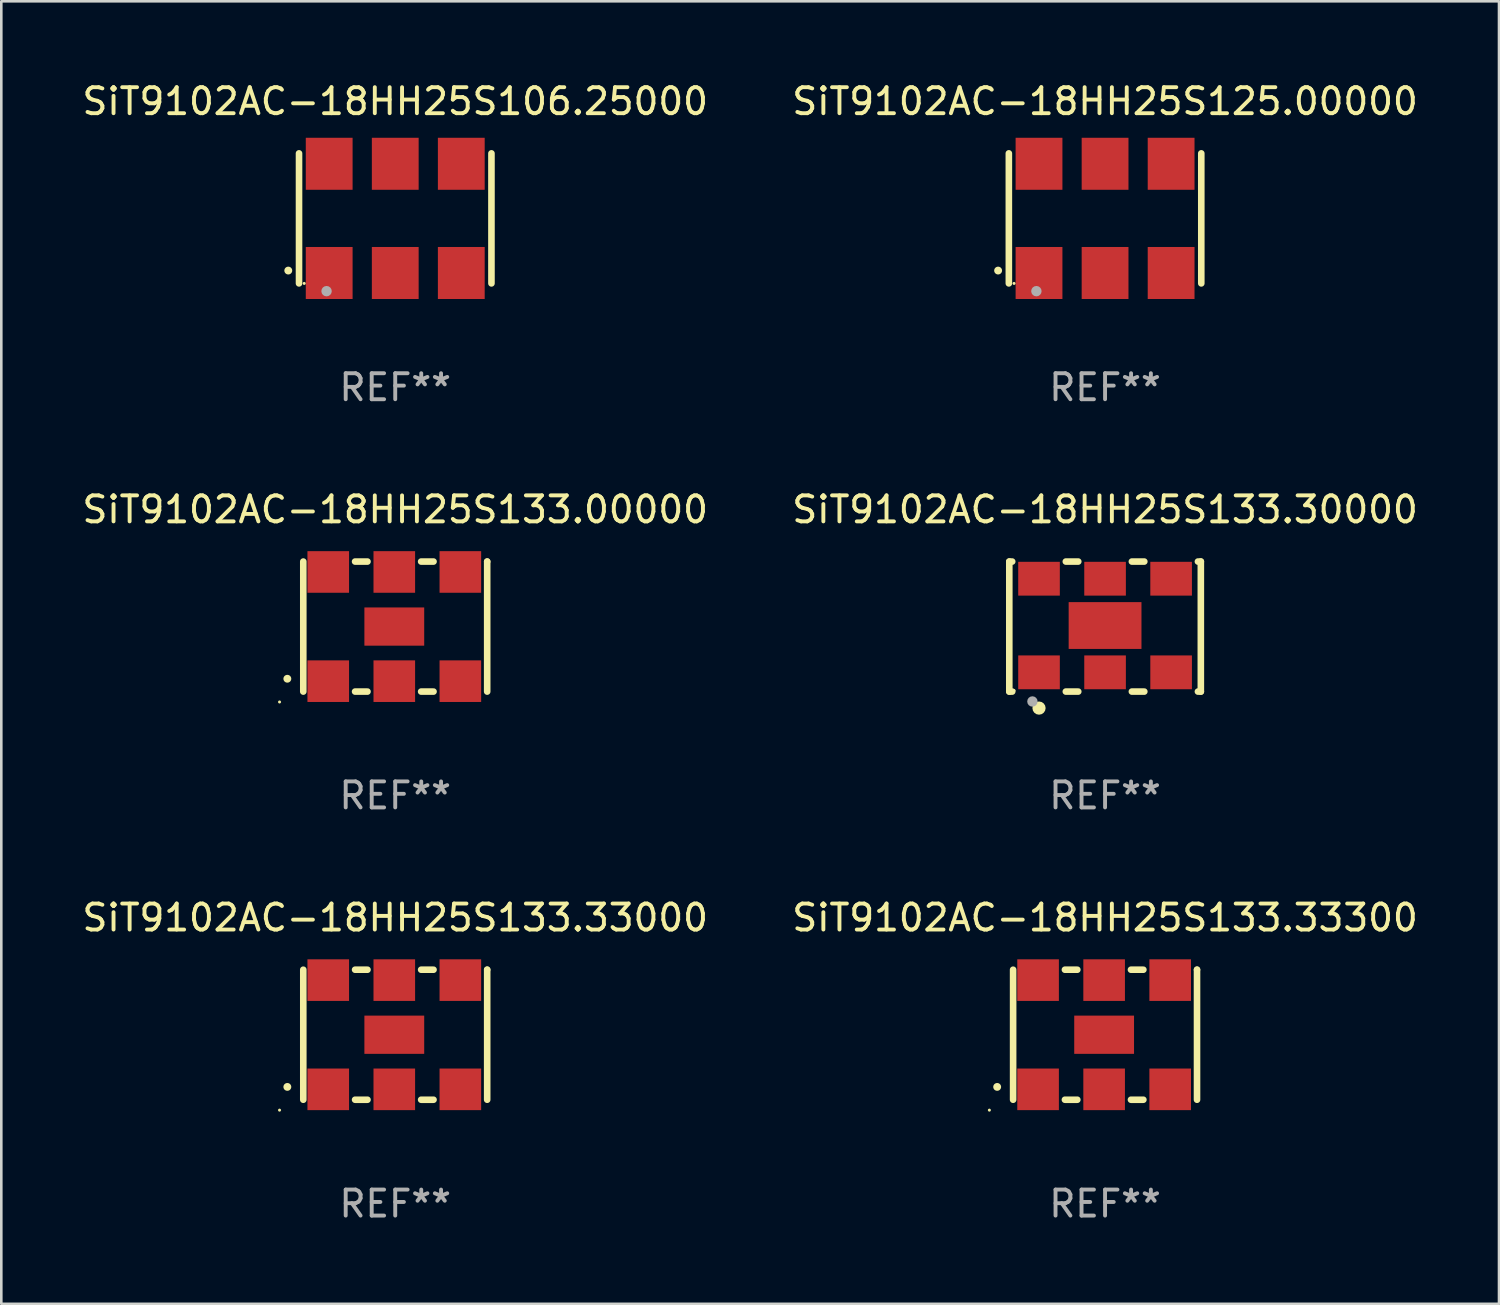
<source format=kicad_pcb>
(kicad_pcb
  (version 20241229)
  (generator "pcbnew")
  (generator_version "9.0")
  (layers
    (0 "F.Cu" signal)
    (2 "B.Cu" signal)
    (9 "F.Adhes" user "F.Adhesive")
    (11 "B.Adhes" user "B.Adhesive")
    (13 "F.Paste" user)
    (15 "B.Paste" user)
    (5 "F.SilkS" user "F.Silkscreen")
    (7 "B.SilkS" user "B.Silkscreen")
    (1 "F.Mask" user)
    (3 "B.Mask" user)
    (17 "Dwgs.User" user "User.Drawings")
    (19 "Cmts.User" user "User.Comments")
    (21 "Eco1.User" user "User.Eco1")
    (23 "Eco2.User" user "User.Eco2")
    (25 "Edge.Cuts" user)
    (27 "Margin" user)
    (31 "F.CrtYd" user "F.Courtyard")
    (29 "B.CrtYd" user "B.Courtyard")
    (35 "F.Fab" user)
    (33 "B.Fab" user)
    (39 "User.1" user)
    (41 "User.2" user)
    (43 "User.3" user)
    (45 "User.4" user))
  (footprint "SiT9102AC-18HH25S133.33300"
    (layer "F.Cu")
    (at 39.446 36.741)
    (property "Reference" "SiT9102AC-18HH25S133.33300" (at 0 -4.5 0) (layer "F.SilkS") (effects (font (size 1 1) (thickness 0.15))))
    (attr through_hole)
    (fp_line (start -3.536 -2.5) (end -3.536 2.5) (stroke (width 0.254) (type solid)) (layer "F.SilkS"))
    (fp_line (start -1.544 2.5) (end -1.067 2.5) (stroke (width 0.254) (type solid)) (layer "F.SilkS"))
    (fp_line (start -1.067 -2.5) (end -1.544 -2.5) (stroke (width 0.254) (type solid)) (layer "F.SilkS"))
    (fp_line (start 0.996 2.5) (end 1.473 2.5) (stroke (width 0.254) (type solid)) (layer "F.SilkS"))
    (fp_line (start 1.473 -2.5) (end 0.996 -2.5) (stroke (width 0.254) (type solid)) (layer "F.SilkS"))
    (fp_line (start 3.536 -2.5) (end 3.536 -2.5) (stroke (width 0.254) (type solid)) (layer "F.SilkS"))
    (fp_line (start 3.536 2.5) (end 3.536 -2.5) (stroke (width 0.254) (type solid)) (layer "F.SilkS"))
    (fp_arc (start -4.150432 2.006604) (mid -4.149162 2.006599) (end -4.147892 2.006604) (stroke (width 0.3) (type solid)) (layer "F.SilkS"))
    (fp_circle (center -4.449 2.9) (end -4.419 2.9) (stroke (width 0.06) (type solid)) (fill no) (layer "F.SilkS"))
    (fp_text user "REF**" (at 0 6.5 0) (layer "F.Fab") (effects (font (size 1 1) (thickness 0.15))))
    (pad "1" smd rect (at -2.576 2.1) (size 1.6 1.6) (layers "F.Cu" "F.Mask" "F.Paste"))
    (pad "2" smd rect (at -0.036 2.1) (size 1.6 1.6) (layers "F.Cu" "F.Mask" "F.Paste"))
    (pad "3" smd rect (at 2.504 2.1) (size 1.6 1.6) (layers "F.Cu" "F.Mask" "F.Paste"))
    (pad "4" smd rect (at 2.504 -2.1) (size 1.6 1.6) (layers "F.Cu" "F.Mask" "F.Paste"))
    (pad "5" smd rect (at -0.036 -2.1) (size 1.6 1.6) (layers "F.Cu" "F.Mask" "F.Paste"))
    (pad "6" smd rect (at -2.576 -2.1) (size 1.6 1.6) (layers "F.Cu" "F.Mask" "F.Paste"))
    (pad "7" smd rect (at -0.036 0) (size 2.3 1.47) (layers "F.Cu" "F.Mask" "F.Paste")))
  (footprint "SiT9102AC-18HH25S133.30000"
    (layer "F.Cu")
    (at 39.446 21.045)
    (property "Reference" "SiT9102AC-18HH25S133.30000" (at 0 -4.5 0) (layer "F.SilkS") (effects (font (size 1 1) (thickness 0.15))))
    (attr through_hole)
    (fp_line (start -3.683 -2.5) (end -3.571 -2.5) (stroke (width 0.254) (type solid)) (layer "F.SilkS"))
    (fp_line (start -3.683 2.5) (end -3.683 -2.5) (stroke (width 0.254) (type solid)) (layer "F.SilkS"))
    (fp_line (start -3.683 2.5) (end -3.571 2.5) (stroke (width 0.254) (type solid)) (layer "F.SilkS"))
    (fp_line (start -1.509 -2.5) (end -1.031 -2.5) (stroke (width 0.254) (type solid)) (layer "F.SilkS"))
    (fp_line (start -1.509 2.5) (end -1.031 2.5) (stroke (width 0.254) (type solid)) (layer "F.SilkS"))
    (fp_line (start 1.031 -2.5) (end 1.509 -2.5) (stroke (width 0.254) (type solid)) (layer "F.SilkS"))
    (fp_line (start 1.031 2.5) (end 1.509 2.5) (stroke (width 0.254) (type solid)) (layer "F.SilkS"))
    (fp_line (start 3.571 -2.5) (end 3.683 -2.5) (stroke (width 0.254) (type solid)) (layer "F.SilkS"))
    (fp_line (start 3.571 2.5) (end 3.683 2.5) (stroke (width 0.254) (type solid)) (layer "F.SilkS"))
    (fp_line (start 3.683 2.5) (end 3.683 -2.5) (stroke (width 0.254) (type solid)) (layer "F.SilkS"))
    (fp_circle (center -3.5 2.46) (end -3.47 2.46) (stroke (width 0.06) (type solid)) (fill no) (layer "F.SilkS"))
    (fp_circle (center -2.54 3.135) (end -2.413 3.135) (stroke (width 0.254) (type solid)) (fill no) (layer "F.SilkS"))
    (fp_circle (center -2.794 2.881) (end -2.694 2.881) (stroke (width 0.2) (type solid)) (fill no) (layer "F.Fab"))
    (fp_text user "REF**" (at 0 6.5 0) (layer "F.Fab") (effects (font (size 1 1) (thickness 0.15))))
    (pad "1" smd rect (at -2.54 1.76) (size 1.6 1.3) (layers "F.Cu" "F.Mask" "F.Paste"))
    (pad "2" smd rect (at 0 1.76) (size 1.6 1.3) (layers "F.Cu" "F.Mask" "F.Paste"))
    (pad "3" smd rect (at 2.54 1.76) (size 1.6 1.3) (layers "F.Cu" "F.Mask" "F.Paste"))
    (pad "4" smd rect (at 2.54 -1.84) (size 1.6 1.3) (layers "F.Cu" "F.Mask" "F.Paste"))
    (pad "5" smd rect (at 0 -1.84) (size 1.6 1.3) (layers "F.Cu" "F.Mask" "F.Paste"))
    (pad "6" smd rect (at -2.54 -1.84) (size 1.6 1.3) (layers "F.Cu" "F.Mask" "F.Paste"))
    (pad "7" smd rect (at 0 -0.04) (size 2.8 1.8) (layers "F.Cu" "F.Mask" "F.Paste")))
  (footprint "SiT9102AC-18HH25S106.25000"
    (layer "F.Cu")
    (at 12.149 5.348)
    (property "Reference" "SiT9102AC-18HH25S106.25000" (at 0 -4.5 0) (layer "F.SilkS") (effects (font (size 1 1) (thickness 0.15))))
    (attr through_hole)
    (fp_line (start -3.7 -2.5) (end -3.7 2.5) (stroke (width 0.254) (type solid)) (layer "F.SilkS"))
    (fp_line (start 3.7 -2.5) (end 3.7 2.5) (stroke (width 0.254) (type solid)) (layer "F.SilkS"))
    (fp_arc (start -4.114415 2.006604) (mid -4.113145 2.006599) (end -4.111875 2.006604) (stroke (width 0.3) (type solid)) (layer "F.SilkS"))
    (fp_circle (center -3.5 2.501) (end -3.47 2.501) (stroke (width 0.06) (type solid)) (fill no) (layer "F.SilkS"))
    (fp_circle (center -2.641 2.799) (end -2.541 2.799) (stroke (width 0.2) (type solid)) (fill no) (layer "F.Fab"))
    (fp_text user "REF**" (at 0 6.5 0) (layer "F.Fab") (effects (font (size 1 1) (thickness 0.15))))
    (pad "1" smd rect (at -2.54 2.1) (size 1.8 2) (layers "F.Cu" "F.Mask" "F.Paste"))
    (pad "2" smd rect (at 0.000394 2.1) (size 1.8 2) (layers "F.Cu" "F.Mask" "F.Paste"))
    (pad "3" smd rect (at 2.54 2.1) (size 1.8 2) (layers "F.Cu" "F.Mask" "F.Paste"))
    (pad "4" smd rect (at 2.54 -2.1) (size 1.8 2) (layers "F.Cu" "F.Mask" "F.Paste"))
    (pad "5" smd rect (at 0.000394 -2.1) (size 1.8 2) (layers "F.Cu" "F.Mask" "F.Paste"))
    (pad "6" smd rect (at -2.54 -2.1) (size 1.8 2) (layers "F.Cu" "F.Mask" "F.Paste")))
  (footprint "SiT9102AC-18HH25S133.00000"
    (layer "F.Cu")
    (at 12.149 21.045)
    (property "Reference" "SiT9102AC-18HH25S133.00000" (at 0 -4.5 0) (layer "F.SilkS") (effects (font (size 1 1) (thickness 0.15))))
    (attr through_hole)
    (fp_line (start -3.536 -2.5) (end -3.536 2.5) (stroke (width 0.254) (type solid)) (layer "F.SilkS"))
    (fp_line (start -1.544 2.5) (end -1.067 2.5) (stroke (width 0.254) (type solid)) (layer "F.SilkS"))
    (fp_line (start -1.067 -2.5) (end -1.544 -2.5) (stroke (width 0.254) (type solid)) (layer "F.SilkS"))
    (fp_line (start 0.996 2.5) (end 1.473 2.5) (stroke (width 0.254) (type solid)) (layer "F.SilkS"))
    (fp_line (start 1.473 -2.5) (end 0.996 -2.5) (stroke (width 0.254) (type solid)) (layer "F.SilkS"))
    (fp_line (start 3.536 -2.5) (end 3.536 -2.5) (stroke (width 0.254) (type solid)) (layer "F.SilkS"))
    (fp_line (start 3.536 2.5) (end 3.536 -2.5) (stroke (width 0.254) (type solid)) (layer "F.SilkS"))
    (fp_arc (start -4.150432 2.006604) (mid -4.149162 2.006599) (end -4.147892 2.006604) (stroke (width 0.3) (type solid)) (layer "F.SilkS"))
    (fp_circle (center -4.449 2.9) (end -4.419 2.9) (stroke (width 0.06) (type solid)) (fill no) (layer "F.SilkS"))
    (fp_text user "REF**" (at 0 6.5 0) (layer "F.Fab") (effects (font (size 1 1) (thickness 0.15))))
    (pad "1" smd rect (at -2.576 2.1) (size 1.6 1.6) (layers "F.Cu" "F.Mask" "F.Paste"))
    (pad "2" smd rect (at -0.036 2.1) (size 1.6 1.6) (layers "F.Cu" "F.Mask" "F.Paste"))
    (pad "3" smd rect (at 2.504 2.1) (size 1.6 1.6) (layers "F.Cu" "F.Mask" "F.Paste"))
    (pad "4" smd rect (at 2.504 -2.1) (size 1.6 1.6) (layers "F.Cu" "F.Mask" "F.Paste"))
    (pad "5" smd rect (at -0.036 -2.1) (size 1.6 1.6) (layers "F.Cu" "F.Mask" "F.Paste"))
    (pad "6" smd rect (at -2.576 -2.1) (size 1.6 1.6) (layers "F.Cu" "F.Mask" "F.Paste"))
    (pad "7" smd rect (at -0.036 0) (size 2.3 1.47) (layers "F.Cu" "F.Mask" "F.Paste")))
  (footprint "SiT9102AC-18HH25S125.00000"
    (layer "F.Cu")
    (at 39.446 5.348)
    (property "Reference" "SiT9102AC-18HH25S125.00000" (at 0 -4.5 0) (layer "F.SilkS") (effects (font (size 1 1) (thickness 0.15))))
    (attr through_hole)
    (fp_line (start -3.7 -2.5) (end -3.7 2.5) (stroke (width 0.254) (type solid)) (layer "F.SilkS"))
    (fp_line (start 3.7 -2.5) (end 3.7 2.5) (stroke (width 0.254) (type solid)) (layer "F.SilkS"))
    (fp_arc (start -4.114415 2.006604) (mid -4.113145 2.006599) (end -4.111875 2.006604) (stroke (width 0.3) (type solid)) (layer "F.SilkS"))
    (fp_circle (center -3.5 2.501) (end -3.47 2.501) (stroke (width 0.06) (type solid)) (fill no) (layer "F.SilkS"))
    (fp_circle (center -2.641 2.799) (end -2.541 2.799) (stroke (width 0.2) (type solid)) (fill no) (layer "F.Fab"))
    (fp_text user "REF**" (at 0 6.5 0) (layer "F.Fab") (effects (font (size 1 1) (thickness 0.15))))
    (pad "1" smd rect (at -2.54 2.1) (size 1.8 2) (layers "F.Cu" "F.Mask" "F.Paste"))
    (pad "2" smd rect (at 0.000394 2.1) (size 1.8 2) (layers "F.Cu" "F.Mask" "F.Paste"))
    (pad "3" smd rect (at 2.54 2.1) (size 1.8 2) (layers "F.Cu" "F.Mask" "F.Paste"))
    (pad "4" smd rect (at 2.54 -2.1) (size 1.8 2) (layers "F.Cu" "F.Mask" "F.Paste"))
    (pad "5" smd rect (at 0.000394 -2.1) (size 1.8 2) (layers "F.Cu" "F.Mask" "F.Paste"))
    (pad "6" smd rect (at -2.54 -2.1) (size 1.8 2) (layers "F.Cu" "F.Mask" "F.Paste")))
  (footprint "SiT9102AC-18HH25S133.33000"
    (layer "F.Cu")
    (at 12.149 36.741)
    (property "Reference" "SiT9102AC-18HH25S133.33000" (at 0 -4.5 0) (layer "F.SilkS") (effects (font (size 1 1) (thickness 0.15))))
    (attr through_hole)
    (fp_line (start -3.536 -2.5) (end -3.536 2.5) (stroke (width 0.254) (type solid)) (layer "F.SilkS"))
    (fp_line (start -1.544 2.5) (end -1.067 2.5) (stroke (width 0.254) (type solid)) (layer "F.SilkS"))
    (fp_line (start -1.067 -2.5) (end -1.544 -2.5) (stroke (width 0.254) (type solid)) (layer "F.SilkS"))
    (fp_line (start 0.996 2.5) (end 1.473 2.5) (stroke (width 0.254) (type solid)) (layer "F.SilkS"))
    (fp_line (start 1.473 -2.5) (end 0.996 -2.5) (stroke (width 0.254) (type solid)) (layer "F.SilkS"))
    (fp_line (start 3.536 -2.5) (end 3.536 -2.5) (stroke (width 0.254) (type solid)) (layer "F.SilkS"))
    (fp_line (start 3.536 2.5) (end 3.536 -2.5) (stroke (width 0.254) (type solid)) (layer "F.SilkS"))
    (fp_arc (start -4.150432 2.006604) (mid -4.149162 2.006599) (end -4.147892 2.006604) (stroke (width 0.3) (type solid)) (layer "F.SilkS"))
    (fp_circle (center -4.449 2.9) (end -4.419 2.9) (stroke (width 0.06) (type solid)) (fill no) (layer "F.SilkS"))
    (fp_text user "REF**" (at 0 6.5 0) (layer "F.Fab") (effects (font (size 1 1) (thickness 0.15))))
    (pad "1" smd rect (at -2.576 2.1) (size 1.6 1.6) (layers "F.Cu" "F.Mask" "F.Paste"))
    (pad "2" smd rect (at -0.036 2.1) (size 1.6 1.6) (layers "F.Cu" "F.Mask" "F.Paste"))
    (pad "3" smd rect (at 2.504 2.1) (size 1.6 1.6) (layers "F.Cu" "F.Mask" "F.Paste"))
    (pad "4" smd rect (at 2.504 -2.1) (size 1.6 1.6) (layers "F.Cu" "F.Mask" "F.Paste"))
    (pad "5" smd rect (at -0.036 -2.1) (size 1.6 1.6) (layers "F.Cu" "F.Mask" "F.Paste"))
    (pad "6" smd rect (at -2.576 -2.1) (size 1.6 1.6) (layers "F.Cu" "F.Mask" "F.Paste"))
    (pad "7" smd rect (at -0.036 0) (size 2.3 1.47) (layers "F.Cu" "F.Mask" "F.Paste")))
  (gr_rect
    (start -3 -3)
    (end 54.595 47.09)
    (stroke (width 0.1) (type default))
    (fill no)
    (layer "Edge.Cuts")))
</source>
